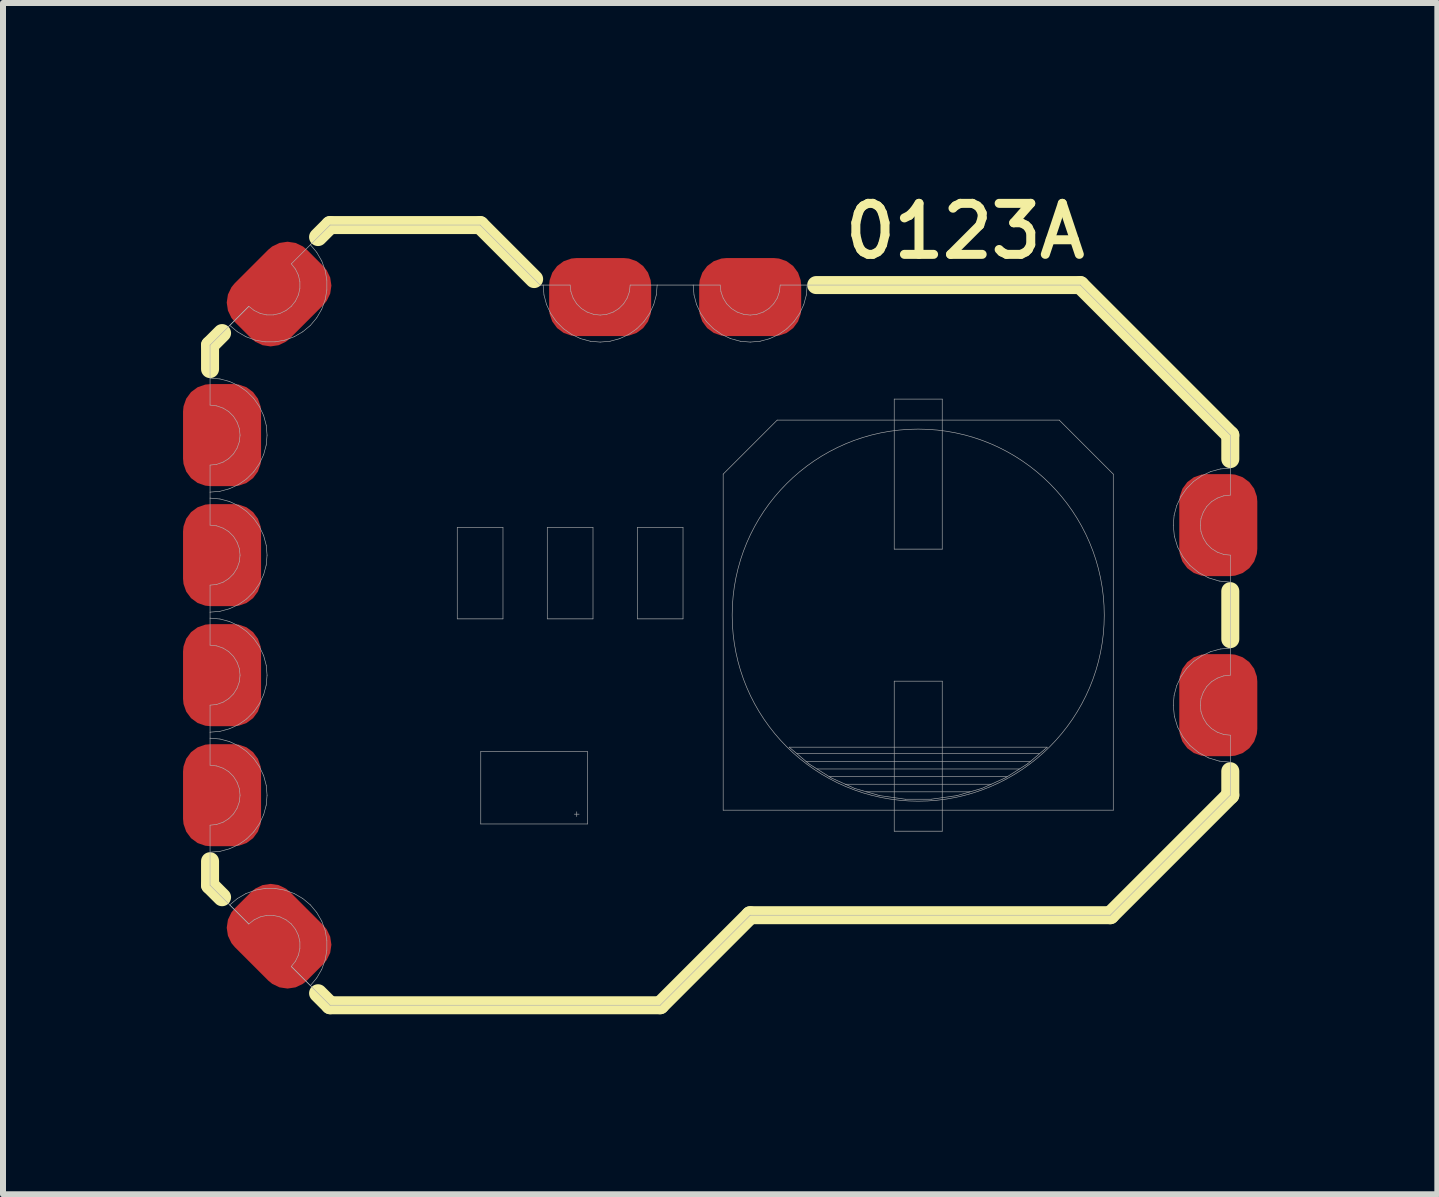
<source format=kicad_pcb>
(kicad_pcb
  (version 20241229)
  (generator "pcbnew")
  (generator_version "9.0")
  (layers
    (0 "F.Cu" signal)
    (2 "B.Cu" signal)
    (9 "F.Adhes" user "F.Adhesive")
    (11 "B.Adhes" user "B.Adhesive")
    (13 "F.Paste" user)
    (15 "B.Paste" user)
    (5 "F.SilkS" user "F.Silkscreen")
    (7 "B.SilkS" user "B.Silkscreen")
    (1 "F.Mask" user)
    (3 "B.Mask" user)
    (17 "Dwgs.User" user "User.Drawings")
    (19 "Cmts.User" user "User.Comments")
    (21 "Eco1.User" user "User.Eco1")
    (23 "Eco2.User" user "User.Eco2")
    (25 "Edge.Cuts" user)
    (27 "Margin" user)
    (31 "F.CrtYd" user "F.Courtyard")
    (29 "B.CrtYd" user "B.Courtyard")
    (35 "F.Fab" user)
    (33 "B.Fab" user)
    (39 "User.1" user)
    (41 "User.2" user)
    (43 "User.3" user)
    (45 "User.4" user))
  (footprint "0123A"
    (layer "F.Cu")
    (at 8.95 7.2)
    (property "Reference" "0123A" (at 2 -5.9 0) (layer "F.SilkS") (effects (font (size 0.85 0.85) (thickness 0.15)) (justify left bottom)))
    (fp_line (start -8.5 -4.5) (end -8.3 -4.7) (stroke (width 0.3) (type solid)) (layer "F.SilkS"))
    (fp_line (start -8.5 -4.1) (end -8.5 -4.5) (stroke (width 0.3) (type solid)) (layer "F.SilkS"))
    (fp_line (start -8.5 4.5) (end -8.5 4.1) (stroke (width 0.3) (type solid)) (layer "F.SilkS"))
    (fp_line (start -8.3 4.7) (end -8.5 4.5) (stroke (width 0.3) (type solid)) (layer "F.SilkS"))
    (fp_line (start -6.7 -6.3) (end -6.5 -6.5) (stroke (width 0.3) (type solid)) (layer "F.SilkS"))
    (fp_line (start -6.5 -6.5) (end -4 -6.5) (stroke (width 0.3) (type solid)) (layer "F.SilkS"))
    (fp_line (start -6.5 6.5) (end -6.7 6.3) (stroke (width 0.3) (type solid)) (layer "F.SilkS"))
    (fp_line (start -4 -6.5) (end -3.1 -5.6) (stroke (width 0.3) (type solid)) (layer "F.SilkS"))
    (fp_line (start -1 6.5) (end -6.5 6.5) (stroke (width 0.3) (type solid)) (layer "F.SilkS"))
    (fp_line (start 0.5 5) (end -1 6.5) (stroke (width 0.3) (type solid)) (layer "F.SilkS"))
    (fp_line (start 1.6 -5.5) (end 6 -5.5) (stroke (width 0.3) (type solid)) (layer "F.SilkS"))
    (fp_line (start 6 -5.5) (end 8.5 -3) (stroke (width 0.3) (type solid)) (layer "F.SilkS"))
    (fp_line (start 6.5 5) (end 0.5 5) (stroke (width 0.3) (type solid)) (layer "F.SilkS"))
    (fp_line (start 8.5 -3) (end 8.5 -2.6) (stroke (width 0.3) (type solid)) (layer "F.SilkS"))
    (fp_line (start 8.5 -0.4) (end 8.5 0.4) (stroke (width 0.3) (type solid)) (layer "F.SilkS"))
    (fp_line (start 8.5 2.6) (end 8.5 3) (stroke (width 0.3) (type solid)) (layer "F.SilkS"))
    (fp_line (start 8.5 3) (end 6.5 5) (stroke (width 0.3) (type solid)) (layer "F.SilkS"))
    (fp_line (start -8.5 -4.5) (end -7.854 -5.146) (stroke (width 0.01) (type solid)) (layer "F.Fab"))
    (fp_line (start -8.5 -3.95) (end -8.5 -4.5) (stroke (width 0.01) (type solid)) (layer "F.Fab"))
    (fp_line (start -8.5 -3.95) (end -8.335 -3.936) (stroke (width 0.01) (type solid)) (layer "F.Fab"))
    (fp_line (start -8.5 -3.5) (end -8.5 -3.95) (stroke (width 0.01) (type solid)) (layer "F.Fab"))
    (fp_line (start -8.5 -2.5) (end -8.389 -2.513) (stroke (width 0.01) (type solid)) (layer "F.Fab"))
    (fp_line (start -8.5 -2.05) (end -8.5 -2.5) (stroke (width 0.01) (type solid)) (layer "F.Fab"))
    (fp_line (start -8.5 -1.95) (end -8.5 -2.05) (stroke (width 0.01) (type solid)) (layer "F.Fab"))
    (fp_line (start -8.5 -1.95) (end -8.335 -1.936) (stroke (width 0.01) (type solid)) (layer "F.Fab"))
    (fp_line (start -8.5 -1.5) (end -8.5 -1.95) (stroke (width 0.01) (type solid)) (layer "F.Fab"))
    (fp_line (start -8.5 -0.5) (end -8.389 -0.512) (stroke (width 0.01) (type solid)) (layer "F.Fab"))
    (fp_line (start -8.5 -0.05) (end -8.5 -0.5) (stroke (width 0.01) (type solid)) (layer "F.Fab"))
    (fp_line (start -8.5 0.05) (end -8.5 -0.05) (stroke (width 0.01) (type solid)) (layer "F.Fab"))
    (fp_line (start -8.5 0.05) (end -8.335 0.064) (stroke (width 0.01) (type solid)) (layer "F.Fab"))
    (fp_line (start -8.5 0.5) (end -8.5 0.05) (stroke (width 0.01) (type solid)) (layer "F.Fab"))
    (fp_line (start -8.5 1.5) (end -8.389 1.488) (stroke (width 0.01) (type solid)) (layer "F.Fab"))
    (fp_line (start -8.5 1.95) (end -8.5 1.5) (stroke (width 0.01) (type solid)) (layer "F.Fab"))
    (fp_line (start -8.5 2.05) (end -8.5 1.95) (stroke (width 0.01) (type solid)) (layer "F.Fab"))
    (fp_line (start -8.5 2.05) (end -8.335 2.064) (stroke (width 0.01) (type solid)) (layer "F.Fab"))
    (fp_line (start -8.5 2.5) (end -8.5 2.05) (stroke (width 0.01) (type solid)) (layer "F.Fab"))
    (fp_line (start -8.5 3.5) (end -8.389 3.487) (stroke (width 0.01) (type solid)) (layer "F.Fab"))
    (fp_line (start -8.5 3.95) (end -8.5 3.5) (stroke (width 0.01) (type solid)) (layer "F.Fab"))
    (fp_line (start -8.5 3.95) (end -8.5 4.5) (stroke (width 0.01) (type solid)) (layer "F.Fab"))
    (fp_line (start -8.389 -3.487) (end -8.5 -3.5) (stroke (width 0.01) (type solid)) (layer "F.Fab"))
    (fp_line (start -8.389 -2.513) (end -8.283 -2.55) (stroke (width 0.01) (type solid)) (layer "F.Fab"))
    (fp_line (start -8.389 -1.488) (end -8.5 -1.5) (stroke (width 0.01) (type solid)) (layer "F.Fab"))
    (fp_line (start -8.389 -0.512) (end -8.283 -0.549) (stroke (width 0.01) (type solid)) (layer "F.Fab"))
    (fp_line (start -8.389 0.512) (end -8.5 0.5) (stroke (width 0.01) (type solid)) (layer "F.Fab"))
    (fp_line (start -8.389 1.488) (end -8.283 1.45) (stroke (width 0.01) (type solid)) (layer "F.Fab"))
    (fp_line (start -8.389 2.513) (end -8.5 2.5) (stroke (width 0.01) (type solid)) (layer "F.Fab"))
    (fp_line (start -8.389 3.487) (end -8.283 3.45) (stroke (width 0.01) (type solid)) (layer "F.Fab"))
    (fp_line (start -8.335 -3.936) (end -8.175 -3.893) (stroke (width 0.01) (type solid)) (layer "F.Fab"))
    (fp_line (start -8.335 -2.064) (end -8.5 -2.05) (stroke (width 0.01) (type solid)) (layer "F.Fab"))
    (fp_line (start -8.335 -1.936) (end -8.175 -1.893) (stroke (width 0.01) (type solid)) (layer "F.Fab"))
    (fp_line (start -8.335 -0.064) (end -8.5 -0.05) (stroke (width 0.01) (type solid)) (layer "F.Fab"))
    (fp_line (start -8.335 0.064) (end -8.175 0.107) (stroke (width 0.01) (type solid)) (layer "F.Fab"))
    (fp_line (start -8.335 1.936) (end -8.5 1.95) (stroke (width 0.01) (type solid)) (layer "F.Fab"))
    (fp_line (start -8.335 2.064) (end -8.175 2.107) (stroke (width 0.01) (type solid)) (layer "F.Fab"))
    (fp_line (start -8.335 3.936) (end -8.5 3.95) (stroke (width 0.01) (type solid)) (layer "F.Fab"))
    (fp_line (start -8.283 -3.45) (end -8.389 -3.487) (stroke (width 0.01) (type solid)) (layer "F.Fab"))
    (fp_line (start -8.283 -2.55) (end -8.188 -2.609) (stroke (width 0.01) (type solid)) (layer "F.Fab"))
    (fp_line (start -8.283 -1.45) (end -8.389 -1.488) (stroke (width 0.01) (type solid)) (layer "F.Fab"))
    (fp_line (start -8.283 -0.549) (end -8.188 -0.609) (stroke (width 0.01) (type solid)) (layer "F.Fab"))
    (fp_line (start -8.283 0.549) (end -8.389 0.512) (stroke (width 0.01) (type solid)) (layer "F.Fab"))
    (fp_line (start -8.283 1.45) (end -8.188 1.391) (stroke (width 0.01) (type solid)) (layer "F.Fab"))
    (fp_line (start -8.283 2.55) (end -8.389 2.513) (stroke (width 0.01) (type solid)) (layer "F.Fab"))
    (fp_line (start -8.283 3.45) (end -8.188 3.391) (stroke (width 0.01) (type solid)) (layer "F.Fab"))
    (fp_line (start -8.188 -3.391) (end -8.283 -3.45) (stroke (width 0.01) (type solid)) (layer "F.Fab"))
    (fp_line (start -8.188 -2.609) (end -8.109 -2.688) (stroke (width 0.01) (type solid)) (layer "F.Fab"))
    (fp_line (start -8.188 -1.391) (end -8.283 -1.45) (stroke (width 0.01) (type solid)) (layer "F.Fab"))
    (fp_line (start -8.188 -0.609) (end -8.109 -0.688) (stroke (width 0.01) (type solid)) (layer "F.Fab"))
    (fp_line (start -8.188 0.609) (end -8.283 0.549) (stroke (width 0.01) (type solid)) (layer "F.Fab"))
    (fp_line (start -8.188 1.391) (end -8.109 1.312) (stroke (width 0.01) (type solid)) (layer "F.Fab"))
    (fp_line (start -8.188 2.609) (end -8.283 2.55) (stroke (width 0.01) (type solid)) (layer "F.Fab"))
    (fp_line (start -8.188 3.391) (end -8.109 3.312) (stroke (width 0.01) (type solid)) (layer "F.Fab"))
    (fp_line (start -8.175 -3.893) (end -8.025 -3.823) (stroke (width 0.01) (type solid)) (layer "F.Fab"))
    (fp_line (start -8.175 -2.107) (end -8.335 -2.064) (stroke (width 0.01) (type solid)) (layer "F.Fab"))
    (fp_line (start -8.175 -1.893) (end -8.025 -1.823) (stroke (width 0.01) (type solid)) (layer "F.Fab"))
    (fp_line (start -8.175 -0.107) (end -8.335 -0.064) (stroke (width 0.01) (type solid)) (layer "F.Fab"))
    (fp_line (start -8.175 0.107) (end -8.025 0.177) (stroke (width 0.01) (type solid)) (layer "F.Fab"))
    (fp_line (start -8.175 1.893) (end -8.335 1.936) (stroke (width 0.01) (type solid)) (layer "F.Fab"))
    (fp_line (start -8.175 2.107) (end -8.025 2.177) (stroke (width 0.01) (type solid)) (layer "F.Fab"))
    (fp_line (start -8.175 3.893) (end -8.335 3.936) (stroke (width 0.01) (type solid)) (layer "F.Fab"))
    (fp_line (start -8.172 -4.828) (end -7.854 -5.146) (stroke (width 0.01) (type solid)) (layer "F.Fab"))
    (fp_line (start -8.172 4.828) (end -8.045 4.722) (stroke (width 0.01) (type solid)) (layer "F.Fab"))
    (fp_line (start -8.109 -3.312) (end -8.188 -3.391) (stroke (width 0.01) (type solid)) (layer "F.Fab"))
    (fp_line (start -8.109 -2.688) (end -8.05 -2.783) (stroke (width 0.01) (type solid)) (layer "F.Fab"))
    (fp_line (start -8.109 -1.312) (end -8.188 -1.391) (stroke (width 0.01) (type solid)) (layer "F.Fab"))
    (fp_line (start -8.109 -0.688) (end -8.05 -0.783) (stroke (width 0.01) (type solid)) (layer "F.Fab"))
    (fp_line (start -8.109 0.688) (end -8.188 0.609) (stroke (width 0.01) (type solid)) (layer "F.Fab"))
    (fp_line (start -8.109 1.312) (end -8.05 1.217) (stroke (width 0.01) (type solid)) (layer "F.Fab"))
    (fp_line (start -8.109 2.688) (end -8.188 2.609) (stroke (width 0.01) (type solid)) (layer "F.Fab"))
    (fp_line (start -8.109 3.312) (end -8.05 3.217) (stroke (width 0.01) (type solid)) (layer "F.Fab"))
    (fp_line (start -8.05 -3.217) (end -8.109 -3.312) (stroke (width 0.01) (type solid)) (layer "F.Fab"))
    (fp_line (start -8.05 -2.783) (end -8.012 -2.889) (stroke (width 0.01) (type solid)) (layer "F.Fab"))
    (fp_line (start -8.05 -1.217) (end -8.109 -1.312) (stroke (width 0.01) (type solid)) (layer "F.Fab"))
    (fp_line (start -8.05 -0.783) (end -8.012 -0.889) (stroke (width 0.01) (type solid)) (layer "F.Fab"))
    (fp_line (start -8.05 0.783) (end -8.109 0.688) (stroke (width 0.01) (type solid)) (layer "F.Fab"))
    (fp_line (start -8.05 1.217) (end -8.012 1.111) (stroke (width 0.01) (type solid)) (layer "F.Fab"))
    (fp_line (start -8.05 2.783) (end -8.109 2.688) (stroke (width 0.01) (type solid)) (layer "F.Fab"))
    (fp_line (start -8.05 3.217) (end -8.012 3.111) (stroke (width 0.01) (type solid)) (layer "F.Fab"))
    (fp_line (start -8.045 -4.722) (end -8.172 -4.828) (stroke (width 0.01) (type solid)) (layer "F.Fab"))
    (fp_line (start -8.045 4.722) (end -7.902 4.639) (stroke (width 0.01) (type solid)) (layer "F.Fab"))
    (fp_line (start -8.025 -3.823) (end -7.889 -3.728) (stroke (width 0.01) (type solid)) (layer "F.Fab"))
    (fp_line (start -8.025 -2.177) (end -8.175 -2.107) (stroke (width 0.01) (type solid)) (layer "F.Fab"))
    (fp_line (start -8.025 -1.823) (end -7.889 -1.728) (stroke (width 0.01) (type solid)) (layer "F.Fab"))
    (fp_line (start -8.025 -0.177) (end -8.175 -0.107) (stroke (width 0.01) (type solid)) (layer "F.Fab"))
    (fp_line (start -8.025 0.177) (end -7.889 0.272) (stroke (width 0.01) (type solid)) (layer "F.Fab"))
    (fp_line (start -8.025 1.823) (end -8.175 1.893) (stroke (width 0.01) (type solid)) (layer "F.Fab"))
    (fp_line (start -8.025 2.177) (end -7.889 2.272) (stroke (width 0.01) (type solid)) (layer "F.Fab"))
    (fp_line (start -8.025 3.823) (end -8.175 3.893) (stroke (width 0.01) (type solid)) (layer "F.Fab"))
    (fp_line (start -8.012 -3.111) (end -8.05 -3.217) (stroke (width 0.01) (type solid)) (layer "F.Fab"))
    (fp_line (start -8.012 -2.889) (end -8 -3) (stroke (width 0.01) (type solid)) (layer "F.Fab"))
    (fp_line (start -8.012 -1.111) (end -8.05 -1.217) (stroke (width 0.01) (type solid)) (layer "F.Fab"))
    (fp_line (start -8.012 -0.889) (end -8 -1) (stroke (width 0.01) (type solid)) (layer "F.Fab"))
    (fp_line (start -8.012 0.889) (end -8.05 0.783) (stroke (width 0.01) (type solid)) (layer "F.Fab"))
    (fp_line (start -8.012 1.111) (end -8 1) (stroke (width 0.01) (type solid)) (layer "F.Fab"))
    (fp_line (start -8.012 2.889) (end -8.05 2.783) (stroke (width 0.01) (type solid)) (layer "F.Fab"))
    (fp_line (start -8.012 3.111) (end -8 3) (stroke (width 0.01) (type solid)) (layer "F.Fab"))
    (fp_line (start -8 -3) (end -8.012 -3.111) (stroke (width 0.01) (type solid)) (layer "F.Fab"))
    (fp_line (start -8 -1) (end -8.012 -1.111) (stroke (width 0.01) (type solid)) (layer "F.Fab"))
    (fp_line (start -8 1) (end -8.012 0.889) (stroke (width 0.01) (type solid)) (layer "F.Fab"))
    (fp_line (start -8 3) (end -8.012 2.889) (stroke (width 0.01) (type solid)) (layer "F.Fab"))
    (fp_line (start -7.902 -4.639) (end -8.045 -4.722) (stroke (width 0.01) (type solid)) (layer "F.Fab"))
    (fp_line (start -7.902 4.639) (end -7.746 4.582) (stroke (width 0.01) (type solid)) (layer "F.Fab"))
    (fp_line (start -7.889 -3.728) (end -7.772 -3.611) (stroke (width 0.01) (type solid)) (layer "F.Fab"))
    (fp_line (start -7.889 -2.272) (end -8.025 -2.177) (stroke (width 0.01) (type solid)) (layer "F.Fab"))
    (fp_line (start -7.889 -1.728) (end -7.772 -1.611) (stroke (width 0.01) (type solid)) (layer "F.Fab"))
    (fp_line (start -7.889 -0.272) (end -8.025 -0.177) (stroke (width 0.01) (type solid)) (layer "F.Fab"))
    (fp_line (start -7.889 0.272) (end -7.772 0.389) (stroke (width 0.01) (type solid)) (layer "F.Fab"))
    (fp_line (start -7.889 1.728) (end -8.025 1.823) (stroke (width 0.01) (type solid)) (layer "F.Fab"))
    (fp_line (start -7.889 2.272) (end -7.772 2.389) (stroke (width 0.01) (type solid)) (layer "F.Fab"))
    (fp_line (start -7.889 3.728) (end -8.025 3.823) (stroke (width 0.01) (type solid)) (layer "F.Fab"))
    (fp_line (start -7.854 -5.146) (end -7.766 -5.077) (stroke (width 0.01) (type solid)) (layer "F.Fab"))
    (fp_line (start -7.854 5.146) (end -8.5 4.5) (stroke (width 0.01) (type solid)) (layer "F.Fab"))
    (fp_line (start -7.854 5.146) (end -8.172 4.828) (stroke (width 0.01) (type solid)) (layer "F.Fab"))
    (fp_line (start -7.772 -3.611) (end -7.677 -3.475) (stroke (width 0.01) (type solid)) (layer "F.Fab"))
    (fp_line (start -7.772 -2.389) (end -7.889 -2.272) (stroke (width 0.01) (type solid)) (layer "F.Fab"))
    (fp_line (start -7.772 -1.611) (end -7.677 -1.475) (stroke (width 0.01) (type solid)) (layer "F.Fab"))
    (fp_line (start -7.772 -0.389) (end -7.889 -0.272) (stroke (width 0.01) (type solid)) (layer "F.Fab"))
    (fp_line (start -7.772 0.389) (end -7.677 0.525) (stroke (width 0.01) (type solid)) (layer "F.Fab"))
    (fp_line (start -7.772 1.611) (end -7.889 1.728) (stroke (width 0.01) (type solid)) (layer "F.Fab"))
    (fp_line (start -7.772 2.389) (end -7.677 2.525) (stroke (width 0.01) (type solid)) (layer "F.Fab"))
    (fp_line (start -7.772 3.611) (end -7.889 3.728) (stroke (width 0.01) (type solid)) (layer "F.Fab"))
    (fp_line (start -7.766 -5.077) (end -7.665 -5.028) (stroke (width 0.01) (type solid)) (layer "F.Fab"))
    (fp_line (start -7.766 5.077) (end -7.854 5.146) (stroke (width 0.01) (type solid)) (layer "F.Fab"))
    (fp_line (start -7.746 -4.582) (end -7.902 -4.639) (stroke (width 0.01) (type solid)) (layer "F.Fab"))
    (fp_line (start -7.746 4.582) (end -7.583 4.554) (stroke (width 0.01) (type solid)) (layer "F.Fab"))
    (fp_line (start -7.677 -3.475) (end -7.607 -3.325) (stroke (width 0.01) (type solid)) (layer "F.Fab"))
    (fp_line (start -7.677 -2.525) (end -7.772 -2.389) (stroke (width 0.01) (type solid)) (layer "F.Fab"))
    (fp_line (start -7.677 -1.475) (end -7.607 -1.325) (stroke (width 0.01) (type solid)) (layer "F.Fab"))
    (fp_line (start -7.677 -0.525) (end -7.772 -0.389) (stroke (width 0.01) (type solid)) (layer "F.Fab"))
    (fp_line (start -7.677 0.525) (end -7.607 0.675) (stroke (width 0.01) (type solid)) (layer "F.Fab"))
    (fp_line (start -7.677 1.475) (end -7.772 1.611) (stroke (width 0.01) (type solid)) (layer "F.Fab"))
    (fp_line (start -7.677 2.525) (end -7.607 2.675) (stroke (width 0.01) (type solid)) (layer "F.Fab"))
    (fp_line (start -7.677 3.475) (end -7.772 3.611) (stroke (width 0.01) (type solid)) (layer "F.Fab"))
    (fp_line (start -7.665 -5.028) (end -7.556 -5.003) (stroke (width 0.01) (type solid)) (layer "F.Fab"))
    (fp_line (start -7.665 5.028) (end -7.766 5.077) (stroke (width 0.01) (type solid)) (layer "F.Fab"))
    (fp_line (start -7.607 -3.325) (end -7.564 -3.165) (stroke (width 0.01) (type solid)) (layer "F.Fab"))
    (fp_line (start -7.607 -2.675) (end -7.677 -2.525) (stroke (width 0.01) (type solid)) (layer "F.Fab"))
    (fp_line (start -7.607 -1.325) (end -7.564 -1.165) (stroke (width 0.01) (type solid)) (layer "F.Fab"))
    (fp_line (start -7.607 -0.675) (end -7.677 -0.525) (stroke (width 0.01) (type solid)) (layer "F.Fab"))
    (fp_line (start -7.607 0.675) (end -7.564 0.835) (stroke (width 0.01) (type solid)) (layer "F.Fab"))
    (fp_line (start -7.607 1.325) (end -7.677 1.475) (stroke (width 0.01) (type solid)) (layer "F.Fab"))
    (fp_line (start -7.607 2.675) (end -7.564 2.835) (stroke (width 0.01) (type solid)) (layer "F.Fab"))
    (fp_line (start -7.607 3.325) (end -7.677 3.475) (stroke (width 0.01) (type solid)) (layer "F.Fab"))
    (fp_line (start -7.583 -4.554) (end -7.746 -4.582) (stroke (width 0.01) (type solid)) (layer "F.Fab"))
    (fp_line (start -7.583 4.554) (end -7.417 4.554) (stroke (width 0.01) (type solid)) (layer "F.Fab"))
    (fp_line (start -7.564 -3.165) (end -7.55 -3) (stroke (width 0.01) (type solid)) (layer "F.Fab"))
    (fp_line (start -7.564 -2.835) (end -7.607 -2.675) (stroke (width 0.01) (type solid)) (layer "F.Fab"))
    (fp_line (start -7.564 -1.165) (end -7.55 -1) (stroke (width 0.01) (type solid)) (layer "F.Fab"))
    (fp_line (start -7.564 -0.835) (end -7.607 -0.675) (stroke (width 0.01) (type solid)) (layer "F.Fab"))
    (fp_line (start -7.564 0.835) (end -7.55 1) (stroke (width 0.01) (type solid)) (layer "F.Fab"))
    (fp_line (start -7.564 1.165) (end -7.607 1.325) (stroke (width 0.01) (type solid)) (layer "F.Fab"))
    (fp_line (start -7.564 2.835) (end -7.55 3) (stroke (width 0.01) (type solid)) (layer "F.Fab"))
    (fp_line (start -7.564 3.165) (end -7.607 3.325) (stroke (width 0.01) (type solid)) (layer "F.Fab"))
    (fp_line (start -7.556 -5.003) (end -7.444 -5.003) (stroke (width 0.01) (type solid)) (layer "F.Fab"))
    (fp_line (start -7.556 5.003) (end -7.665 5.028) (stroke (width 0.01) (type solid)) (layer "F.Fab"))
    (fp_line (start -7.55 -3) (end -7.564 -2.835) (stroke (width 0.01) (type solid)) (layer "F.Fab"))
    (fp_line (start -7.55 -1) (end -7.564 -0.835) (stroke (width 0.01) (type solid)) (layer "F.Fab"))
    (fp_line (start -7.55 1) (end -7.564 1.165) (stroke (width 0.01) (type solid)) (layer "F.Fab"))
    (fp_line (start -7.55 3) (end -7.564 3.165) (stroke (width 0.01) (type solid)) (layer "F.Fab"))
    (fp_line (start -7.444 -5.003) (end -7.335 -5.028) (stroke (width 0.01) (type solid)) (layer "F.Fab"))
    (fp_line (start -7.444 5.003) (end -7.556 5.003) (stroke (width 0.01) (type solid)) (layer "F.Fab"))
    (fp_line (start -7.417 -4.554) (end -7.583 -4.554) (stroke (width 0.01) (type solid)) (layer "F.Fab"))
    (fp_line (start -7.417 4.554) (end -7.254 4.582) (stroke (width 0.01) (type solid)) (layer "F.Fab"))
    (fp_line (start -7.335 -5.028) (end -7.234 -5.077) (stroke (width 0.01) (type solid)) (layer "F.Fab"))
    (fp_line (start -7.335 5.028) (end -7.444 5.003) (stroke (width 0.01) (type solid)) (layer "F.Fab"))
    (fp_line (start -7.254 -4.582) (end -7.417 -4.554) (stroke (width 0.01) (type solid)) (layer "F.Fab"))
    (fp_line (start -7.254 4.582) (end -7.098 4.639) (stroke (width 0.01) (type solid)) (layer "F.Fab"))
    (fp_line (start -7.234 -5.077) (end -7.146 -5.146) (stroke (width 0.01) (type solid)) (layer "F.Fab"))
    (fp_line (start -7.234 5.077) (end -7.335 5.028) (stroke (width 0.01) (type solid)) (layer "F.Fab"))
    (fp_line (start -7.146 -5.854) (end -6.828 -6.172) (stroke (width 0.01) (type solid)) (layer "F.Fab"))
    (fp_line (start -7.146 -5.146) (end -7.077 -5.234) (stroke (width 0.01) (type solid)) (layer "F.Fab"))
    (fp_line (start -7.146 5.146) (end -7.234 5.077) (stroke (width 0.01) (type solid)) (layer "F.Fab"))
    (fp_line (start -7.146 5.854) (end -7.077 5.766) (stroke (width 0.01) (type solid)) (layer "F.Fab"))
    (fp_line (start -7.098 -4.639) (end -7.254 -4.582) (stroke (width 0.01) (type solid)) (layer "F.Fab"))
    (fp_line (start -7.098 4.639) (end -6.955 4.722) (stroke (width 0.01) (type solid)) (layer "F.Fab"))
    (fp_line (start -7.077 -5.766) (end -7.146 -5.854) (stroke (width 0.01) (type solid)) (layer "F.Fab"))
    (fp_line (start -7.077 -5.234) (end -7.028 -5.335) (stroke (width 0.01) (type solid)) (layer "F.Fab"))
    (fp_line (start -7.077 5.234) (end -7.146 5.146) (stroke (width 0.01) (type solid)) (layer "F.Fab"))
    (fp_line (start -7.077 5.766) (end -7.028 5.665) (stroke (width 0.01) (type solid)) (layer "F.Fab"))
    (fp_line (start -7.028 -5.665) (end -7.077 -5.766) (stroke (width 0.01) (type solid)) (layer "F.Fab"))
    (fp_line (start -7.028 -5.335) (end -7.003 -5.444) (stroke (width 0.01) (type solid)) (layer "F.Fab"))
    (fp_line (start -7.028 5.335) (end -7.077 5.234) (stroke (width 0.01) (type solid)) (layer "F.Fab"))
    (fp_line (start -7.028 5.665) (end -7.003 5.556) (stroke (width 0.01) (type solid)) (layer "F.Fab"))
    (fp_line (start -7.003 -5.556) (end -7.028 -5.665) (stroke (width 0.01) (type solid)) (layer "F.Fab"))
    (fp_line (start -7.003 -5.444) (end -7.003 -5.556) (stroke (width 0.01) (type solid)) (layer "F.Fab"))
    (fp_line (start -7.003 5.444) (end -7.028 5.335) (stroke (width 0.01) (type solid)) (layer "F.Fab"))
    (fp_line (start -7.003 5.556) (end -7.003 5.444) (stroke (width 0.01) (type solid)) (layer "F.Fab"))
    (fp_line (start -6.955 -4.722) (end -7.098 -4.639) (stroke (width 0.01) (type solid)) (layer "F.Fab"))
    (fp_line (start -6.955 4.722) (end -6.828 4.828) (stroke (width 0.01) (type solid)) (layer "F.Fab"))
    (fp_line (start -6.828 -6.172) (end -6.722 -6.045) (stroke (width 0.01) (type solid)) (layer "F.Fab"))
    (fp_line (start -6.828 -6.172) (end -6.5 -6.5) (stroke (width 0.01) (type solid)) (layer "F.Fab"))
    (fp_line (start -6.828 -4.828) (end -6.955 -4.722) (stroke (width 0.01) (type solid)) (layer "F.Fab"))
    (fp_line (start -6.828 4.828) (end -6.722 4.955) (stroke (width 0.01) (type solid)) (layer "F.Fab"))
    (fp_line (start -6.828 6.172) (end -7.146 5.854) (stroke (width 0.01) (type solid)) (layer "F.Fab"))
    (fp_line (start -6.722 -6.045) (end -6.639 -5.902) (stroke (width 0.01) (type solid)) (layer "F.Fab"))
    (fp_line (start -6.722 -4.955) (end -6.828 -4.828) (stroke (width 0.01) (type solid)) (layer "F.Fab"))
    (fp_line (start -6.722 4.955) (end -6.639 5.098) (stroke (width 0.01) (type solid)) (layer "F.Fab"))
    (fp_line (start -6.722 6.045) (end -6.828 6.172) (stroke (width 0.01) (type solid)) (layer "F.Fab"))
    (fp_line (start -6.639 -5.902) (end -6.582 -5.746) (stroke (width 0.01) (type solid)) (layer "F.Fab"))
    (fp_line (start -6.639 -5.098) (end -6.722 -4.955) (stroke (width 0.01) (type solid)) (layer "F.Fab"))
    (fp_line (start -6.639 5.098) (end -6.582 5.254) (stroke (width 0.01) (type solid)) (layer "F.Fab"))
    (fp_line (start -6.639 5.902) (end -6.722 6.045) (stroke (width 0.01) (type solid)) (layer "F.Fab"))
    (fp_line (start -6.582 -5.746) (end -6.554 -5.583) (stroke (width 0.01) (type solid)) (layer "F.Fab"))
    (fp_line (start -6.582 -5.254) (end -6.639 -5.098) (stroke (width 0.01) (type solid)) (layer "F.Fab"))
    (fp_line (start -6.582 5.254) (end -6.554 5.417) (stroke (width 0.01) (type solid)) (layer "F.Fab"))
    (fp_line (start -6.582 5.746) (end -6.639 5.902) (stroke (width 0.01) (type solid)) (layer "F.Fab"))
    (fp_line (start -6.554 -5.583) (end -6.554 -5.417) (stroke (width 0.01) (type solid)) (layer "F.Fab"))
    (fp_line (start -6.554 -5.417) (end -6.582 -5.254) (stroke (width 0.01) (type solid)) (layer "F.Fab"))
    (fp_line (start -6.554 5.417) (end -6.554 5.583) (stroke (width 0.01) (type solid)) (layer "F.Fab"))
    (fp_line (start -6.554 5.583) (end -6.582 5.746) (stroke (width 0.01) (type solid)) (layer "F.Fab"))
    (fp_line (start -6.5 6.5) (end -7.146 5.854) (stroke (width 0.01) (type solid)) (layer "F.Fab"))
    (fp_line (start -6.5 6.5) (end -1 6.5) (stroke (width 0.01) (type solid)) (layer "F.Fab"))
    (fp_line (start -4.381 -1.462) (end -3.619 -1.462) (stroke (width 0.01) (type solid)) (layer "F.Fab"))
    (fp_line (start -4.381 0.062) (end -4.381 -1.462) (stroke (width 0.01) (type solid)) (layer "F.Fab"))
    (fp_line (start -4 -6.5) (end -6.5 -6.5) (stroke (width 0.01) (type solid)) (layer "F.Fab"))
    (fp_line (start -3.989 2.272) (end -2.211 2.272) (stroke (width 0.01) (type solid)) (layer "F.Fab"))
    (fp_line (start -3.989 3.48) (end -3.989 2.272) (stroke (width 0.01) (type solid)) (layer "F.Fab"))
    (fp_line (start -3.619 -1.462) (end -3.619 0.062) (stroke (width 0.01) (type solid)) (layer "F.Fab"))
    (fp_line (start -3.619 0.062) (end -4.381 0.062) (stroke (width 0.01) (type solid)) (layer "F.Fab"))
    (fp_line (start -3 -5.5) (end -4 -6.5) (stroke (width 0.01) (type solid)) (layer "F.Fab"))
    (fp_line (start -2.95 -5.5) (end -3 -5.5) (stroke (width 0.01) (type solid)) (layer "F.Fab"))
    (fp_line (start -2.95 -5.5) (end -2.5 -5.5) (stroke (width 0.01) (type solid)) (layer "F.Fab"))
    (fp_line (start -2.936 -5.335) (end -2.95 -5.5) (stroke (width 0.01) (type solid)) (layer "F.Fab"))
    (fp_line (start -2.893 -5.175) (end -2.936 -5.335) (stroke (width 0.01) (type solid)) (layer "F.Fab"))
    (fp_line (start -2.881 -1.462) (end -2.119 -1.462) (stroke (width 0.01) (type solid)) (layer "F.Fab"))
    (fp_line (start -2.881 0.062) (end -2.881 -1.462) (stroke (width 0.01) (type solid)) (layer "F.Fab"))
    (fp_line (start -2.823 -5.025) (end -2.893 -5.175) (stroke (width 0.01) (type solid)) (layer "F.Fab"))
    (fp_line (start -2.728 -4.889) (end -2.823 -5.025) (stroke (width 0.01) (type solid)) (layer "F.Fab"))
    (fp_line (start -2.611 -4.772) (end -2.728 -4.889) (stroke (width 0.01) (type solid)) (layer "F.Fab"))
    (fp_line (start -2.5 -5.5) (end -2.487 -5.389) (stroke (width 0.01) (type solid)) (layer "F.Fab"))
    (fp_line (start -2.487 -5.389) (end -2.45 -5.283) (stroke (width 0.01) (type solid)) (layer "F.Fab"))
    (fp_line (start -2.475 -4.677) (end -2.611 -4.772) (stroke (width 0.01) (type solid)) (layer "F.Fab"))
    (fp_line (start -2.45 -5.283) (end -2.391 -5.188) (stroke (width 0.01) (type solid)) (layer "F.Fab"))
    (fp_line (start -2.391 -5.188) (end -2.312 -5.109) (stroke (width 0.01) (type solid)) (layer "F.Fab"))
    (fp_line (start -2.39 3.356) (end -2.39 3.276) (stroke (width 0.01) (type solid)) (layer "F.Fab"))
    (fp_line (start -2.35 3.316) (end -2.43 3.316) (stroke (width 0.01) (type solid)) (layer "F.Fab"))
    (fp_line (start -2.325 -4.607) (end -2.475 -4.677) (stroke (width 0.01) (type solid)) (layer "F.Fab"))
    (fp_line (start -2.312 -5.109) (end -2.217 -5.05) (stroke (width 0.01) (type solid)) (layer "F.Fab"))
    (fp_line (start -2.217 -5.05) (end -2.111 -5.013) (stroke (width 0.01) (type solid)) (layer "F.Fab"))
    (fp_line (start -2.211 2.272) (end -2.211 3.48) (stroke (width 0.01) (type solid)) (layer "F.Fab"))
    (fp_line (start -2.211 3.48) (end -3.989 3.48) (stroke (width 0.01) (type solid)) (layer "F.Fab"))
    (fp_line (start -2.165 -4.564) (end -2.325 -4.607) (stroke (width 0.01) (type solid)) (layer "F.Fab"))
    (fp_line (start -2.119 -1.462) (end -2.119 0.062) (stroke (width 0.01) (type solid)) (layer "F.Fab"))
    (fp_line (start -2.119 0.062) (end -2.881 0.062) (stroke (width 0.01) (type solid)) (layer "F.Fab"))
    (fp_line (start -2.111 -5.013) (end -2 -5) (stroke (width 0.01) (type solid)) (layer "F.Fab"))
    (fp_line (start -2 -5) (end -1.889 -5.013) (stroke (width 0.01) (type solid)) (layer "F.Fab"))
    (fp_line (start -2 -4.55) (end -2.165 -4.564) (stroke (width 0.01) (type solid)) (layer "F.Fab"))
    (fp_line (start -1.889 -5.013) (end -1.783 -5.05) (stroke (width 0.01) (type solid)) (layer "F.Fab"))
    (fp_line (start -1.835 -4.564) (end -2 -4.55) (stroke (width 0.01) (type solid)) (layer "F.Fab"))
    (fp_line (start -1.783 -5.05) (end -1.688 -5.109) (stroke (width 0.01) (type solid)) (layer "F.Fab"))
    (fp_line (start -1.688 -5.109) (end -1.609 -5.188) (stroke (width 0.01) (type solid)) (layer "F.Fab"))
    (fp_line (start -1.675 -4.607) (end -1.835 -4.564) (stroke (width 0.01) (type solid)) (layer "F.Fab"))
    (fp_line (start -1.609 -5.188) (end -1.55 -5.283) (stroke (width 0.01) (type solid)) (layer "F.Fab"))
    (fp_line (start -1.55 -5.283) (end -1.512 -5.389) (stroke (width 0.01) (type solid)) (layer "F.Fab"))
    (fp_line (start -1.525 -4.677) (end -1.675 -4.607) (stroke (width 0.01) (type solid)) (layer "F.Fab"))
    (fp_line (start -1.512 -5.389) (end -1.5 -5.5) (stroke (width 0.01) (type solid)) (layer "F.Fab"))
    (fp_line (start -1.5 -5.5) (end -1.05 -5.5) (stroke (width 0.01) (type solid)) (layer "F.Fab"))
    (fp_line (start -1.389 -4.772) (end -1.525 -4.677) (stroke (width 0.01) (type solid)) (layer "F.Fab"))
    (fp_line (start -1.381 -1.462) (end -0.619 -1.462) (stroke (width 0.01) (type solid)) (layer "F.Fab"))
    (fp_line (start -1.381 0.062) (end -1.381 -1.462) (stroke (width 0.01) (type solid)) (layer "F.Fab"))
    (fp_line (start -1.272 -4.889) (end -1.389 -4.772) (stroke (width 0.01) (type solid)) (layer "F.Fab"))
    (fp_line (start -1.177 -5.025) (end -1.272 -4.889) (stroke (width 0.01) (type solid)) (layer "F.Fab"))
    (fp_line (start -1.107 -5.175) (end -1.177 -5.025) (stroke (width 0.01) (type solid)) (layer "F.Fab"))
    (fp_line (start -1.064 -5.335) (end -1.107 -5.175) (stroke (width 0.01) (type solid)) (layer "F.Fab"))
    (fp_line (start -1.05 -5.5) (end -1.064 -5.335) (stroke (width 0.01) (type solid)) (layer "F.Fab"))
    (fp_line (start -1.05 -5.5) (end -0.45 -5.5) (stroke (width 0.01) (type solid)) (layer "F.Fab"))
    (fp_line (start -1 6.5) (end 0.5 5) (stroke (width 0.01) (type solid)) (layer "F.Fab"))
    (fp_line (start -0.619 -1.462) (end -0.619 0.062) (stroke (width 0.01) (type solid)) (layer "F.Fab"))
    (fp_line (start -0.619 0.062) (end -1.381 0.062) (stroke (width 0.01) (type solid)) (layer "F.Fab"))
    (fp_line (start -0.45 -5.5) (end 0 -5.5) (stroke (width 0.01) (type solid)) (layer "F.Fab"))
    (fp_line (start -0.436 -5.335) (end -0.45 -5.5) (stroke (width 0.01) (type solid)) (layer "F.Fab"))
    (fp_line (start -0.393 -5.175) (end -0.436 -5.335) (stroke (width 0.01) (type solid)) (layer "F.Fab"))
    (fp_line (start -0.323 -5.025) (end -0.393 -5.175) (stroke (width 0.01) (type solid)) (layer "F.Fab"))
    (fp_line (start -0.228 -4.889) (end -0.323 -5.025) (stroke (width 0.01) (type solid)) (layer "F.Fab"))
    (fp_line (start -0.111 -4.772) (end -0.228 -4.889) (stroke (width 0.01) (type solid)) (layer "F.Fab"))
    (fp_line (start 0 -5.5) (end 0.013 -5.389) (stroke (width 0.01) (type solid)) (layer "F.Fab"))
    (fp_line (start 0.013 -5.389) (end 0.05 -5.283) (stroke (width 0.01) (type solid)) (layer "F.Fab"))
    (fp_line (start 0.025 -4.677) (end -0.111 -4.772) (stroke (width 0.01) (type solid)) (layer "F.Fab"))
    (fp_line (start 0.05 -5.283) (end 0.109 -5.188) (stroke (width 0.01) (type solid)) (layer "F.Fab"))
    (fp_line (start 0.05 -2.35) (end 0.95 -3.25) (stroke (width 0.01) (type solid)) (layer "F.Fab"))
    (fp_line (start 0.05 3.25) (end 0.05 -2.35) (stroke (width 0.01) (type solid)) (layer "F.Fab"))
    (fp_line (start 0.109 -5.188) (end 0.188 -5.109) (stroke (width 0.01) (type solid)) (layer "F.Fab"))
    (fp_line (start 0.175 -4.607) (end 0.025 -4.677) (stroke (width 0.01) (type solid)) (layer "F.Fab"))
    (fp_line (start 0.188 -5.109) (end 0.283 -5.05) (stroke (width 0.01) (type solid)) (layer "F.Fab"))
    (fp_line (start 0.283 -5.05) (end 0.389 -5.013) (stroke (width 0.01) (type solid)) (layer "F.Fab"))
    (fp_line (start 0.335 -4.564) (end 0.175 -4.607) (stroke (width 0.01) (type solid)) (layer "F.Fab"))
    (fp_line (start 0.389 -5.013) (end 0.5 -5) (stroke (width 0.01) (type solid)) (layer "F.Fab"))
    (fp_line (start 0.5 -5) (end 0.611 -5.013) (stroke (width 0.01) (type solid)) (layer "F.Fab"))
    (fp_line (start 0.5 -4.55) (end 0.335 -4.564) (stroke (width 0.01) (type solid)) (layer "F.Fab"))
    (fp_line (start 0.5 5) (end 6.5 5) (stroke (width 0.01) (type solid)) (layer "F.Fab"))
    (fp_line (start 0.611 -5.013) (end 0.717 -5.05) (stroke (width 0.01) (type solid)) (layer "F.Fab"))
    (fp_line (start 0.665 -4.564) (end 0.5 -4.55) (stroke (width 0.01) (type solid)) (layer "F.Fab"))
    (fp_line (start 0.717 -5.05) (end 0.812 -5.109) (stroke (width 0.01) (type solid)) (layer "F.Fab"))
    (fp_line (start 0.812 -5.109) (end 0.891 -5.188) (stroke (width 0.01) (type solid)) (layer "F.Fab"))
    (fp_line (start 0.825 -4.607) (end 0.665 -4.564) (stroke (width 0.01) (type solid)) (layer "F.Fab"))
    (fp_line (start 0.891 -5.188) (end 0.951 -5.283) (stroke (width 0.01) (type solid)) (layer "F.Fab"))
    (fp_line (start 0.95 -3.25) (end 5.65 -3.25) (stroke (width 0.01) (type solid)) (layer "F.Fab"))
    (fp_line (start 0.951 -5.283) (end 0.988 -5.389) (stroke (width 0.01) (type solid)) (layer "F.Fab"))
    (fp_line (start 0.975 -4.677) (end 0.825 -4.607) (stroke (width 0.01) (type solid)) (layer "F.Fab"))
    (fp_line (start 0.988 -5.389) (end 1 -5.5) (stroke (width 0.01) (type solid)) (layer "F.Fab"))
    (fp_line (start 1 -5.5) (end 1.45 -5.5) (stroke (width 0.01) (type solid)) (layer "F.Fab"))
    (fp_line (start 1.111 -4.772) (end 0.975 -4.677) (stroke (width 0.01) (type solid)) (layer "F.Fab"))
    (fp_line (start 1.15 2.2) (end 1.48 2.479) (stroke (width 0.01) (type solid)) (layer "F.Fab"))
    (fp_line (start 1.228 -4.889) (end 1.111 -4.772) (stroke (width 0.01) (type solid)) (layer "F.Fab"))
    (fp_line (start 1.279 2.309) (end 5.321 2.309) (stroke (width 0.01) (type solid)) (layer "F.Fab"))
    (fp_line (start 1.323 -5.025) (end 1.228 -4.889) (stroke (width 0.01) (type solid)) (layer "F.Fab"))
    (fp_line (start 1.393 -5.175) (end 1.323 -5.025) (stroke (width 0.01) (type solid)) (layer "F.Fab"))
    (fp_line (start 1.429 2.436) (end 5.171 2.436) (stroke (width 0.01) (type solid)) (layer "F.Fab"))
    (fp_line (start 1.436 -5.335) (end 1.393 -5.175) (stroke (width 0.01) (type solid)) (layer "F.Fab"))
    (fp_line (start 1.45 -5.5) (end 1.436 -5.335) (stroke (width 0.01) (type solid)) (layer "F.Fab"))
    (fp_line (start 1.48 2.479) (end 1.846 2.71) (stroke (width 0.01) (type solid)) (layer "F.Fab"))
    (fp_line (start 1.613 2.563) (end 4.987 2.563) (stroke (width 0.01) (type solid)) (layer "F.Fab"))
    (fp_line (start 1.814 2.69) (end 4.786 2.69) (stroke (width 0.01) (type solid)) (layer "F.Fab"))
    (fp_line (start 1.846 2.71) (end 2.24 2.887) (stroke (width 0.01) (type solid)) (layer "F.Fab"))
    (fp_line (start 2.084 2.817) (end 4.516 2.817) (stroke (width 0.01) (type solid)) (layer "F.Fab"))
    (fp_line (start 2.24 2.887) (end 2.656 3.007) (stroke (width 0.01) (type solid)) (layer "F.Fab"))
    (fp_line (start 2.438 2.944) (end 4.162 2.944) (stroke (width 0.01) (type solid)) (layer "F.Fab"))
    (fp_line (start 2.656 3.007) (end 3.084 3.067) (stroke (width 0.01) (type solid)) (layer "F.Fab"))
    (fp_line (start 2.9 -3.6) (end 3.7 -3.6) (stroke (width 0.01) (type solid)) (layer "F.Fab"))
    (fp_line (start 2.9 -1.1) (end 2.9 -3.6) (stroke (width 0.01) (type solid)) (layer "F.Fab"))
    (fp_line (start 2.9 -1.1) (end 3.7 -1.1) (stroke (width 0.01) (type solid)) (layer "F.Fab"))
    (fp_line (start 2.9 3.6) (end 2.9 1.1) (stroke (width 0.01) (type solid)) (layer "F.Fab"))
    (fp_line (start 3.084 3.067) (end 3.516 3.067) (stroke (width 0.01) (type solid)) (layer "F.Fab"))
    (fp_line (start 3.516 3.067) (end 3.944 3.007) (stroke (width 0.01) (type solid)) (layer "F.Fab"))
    (fp_line (start 3.7 -3.6) (end 3.7 -1.1) (stroke (width 0.01) (type solid)) (layer "F.Fab"))
    (fp_line (start 3.7 1.1) (end 2.9 1.1) (stroke (width 0.01) (type solid)) (layer "F.Fab"))
    (fp_line (start 3.7 1.1) (end 3.7 3.6) (stroke (width 0.01) (type solid)) (layer "F.Fab"))
    (fp_line (start 3.7 3.6) (end 2.9 3.6) (stroke (width 0.01) (type solid)) (layer "F.Fab"))
    (fp_line (start 3.944 3.007) (end 4.36 2.887) (stroke (width 0.01) (type solid)) (layer "F.Fab"))
    (fp_line (start 4.36 2.887) (end 4.754 2.71) (stroke (width 0.01) (type solid)) (layer "F.Fab"))
    (fp_line (start 4.754 2.71) (end 5.12 2.479) (stroke (width 0.01) (type solid)) (layer "F.Fab"))
    (fp_line (start 5.12 2.479) (end 5.45 2.2) (stroke (width 0.01) (type solid)) (layer "F.Fab"))
    (fp_line (start 5.45 2.2) (end 1.15 2.2) (stroke (width 0.01) (type solid)) (layer "F.Fab"))
    (fp_line (start 5.65 -3.25) (end 6.55 -2.35) (stroke (width 0.01) (type solid)) (layer "F.Fab"))
    (fp_line (start 6 -5.5) (end 1.45 -5.5) (stroke (width 0.01) (type solid)) (layer "F.Fab"))
    (fp_line (start 6.5 5) (end 8.5 3) (stroke (width 0.01) (type solid)) (layer "F.Fab"))
    (fp_line (start 6.55 -2.35) (end 6.55 3.25) (stroke (width 0.01) (type solid)) (layer "F.Fab"))
    (fp_line (start 6.55 3.25) (end 0.05 3.25) (stroke (width 0.01) (type solid)) (layer "F.Fab"))
    (fp_line (start 7.55 -1.5) (end 7.564 -1.665) (stroke (width 0.01) (type solid)) (layer "F.Fab"))
    (fp_line (start 7.55 1.5) (end 7.564 1.335) (stroke (width 0.01) (type solid)) (layer "F.Fab"))
    (fp_line (start 7.564 -1.665) (end 7.607 -1.825) (stroke (width 0.01) (type solid)) (layer "F.Fab"))
    (fp_line (start 7.564 1.335) (end 7.607 1.175) (stroke (width 0.01) (type solid)) (layer "F.Fab"))
    (fp_line (start 7.568 -1.315) (end 7.55 -1.5) (stroke (width 0.01) (type solid)) (layer "F.Fab"))
    (fp_line (start 7.568 1.685) (end 7.55 1.5) (stroke (width 0.01) (type solid)) (layer "F.Fab"))
    (fp_line (start 7.607 -1.825) (end 7.677 -1.975) (stroke (width 0.01) (type solid)) (layer "F.Fab"))
    (fp_line (start 7.607 1.175) (end 7.677 1.025) (stroke (width 0.01) (type solid)) (layer "F.Fab"))
    (fp_line (start 7.622 -1.136) (end 7.568 -1.315) (stroke (width 0.01) (type solid)) (layer "F.Fab"))
    (fp_line (start 7.622 1.864) (end 7.568 1.685) (stroke (width 0.01) (type solid)) (layer "F.Fab"))
    (fp_line (start 7.677 -1.975) (end 7.772 -2.111) (stroke (width 0.01) (type solid)) (layer "F.Fab"))
    (fp_line (start 7.677 1.025) (end 7.772 0.889) (stroke (width 0.01) (type solid)) (layer "F.Fab"))
    (fp_line (start 7.71 -0.972) (end 7.622 -1.136) (stroke (width 0.01) (type solid)) (layer "F.Fab"))
    (fp_line (start 7.71 2.028) (end 7.622 1.864) (stroke (width 0.01) (type solid)) (layer "F.Fab"))
    (fp_line (start 7.772 -2.111) (end 7.889 -2.228) (stroke (width 0.01) (type solid)) (layer "F.Fab"))
    (fp_line (start 7.772 0.889) (end 7.889 0.772) (stroke (width 0.01) (type solid)) (layer "F.Fab"))
    (fp_line (start 7.828 -0.828) (end 7.71 -0.972) (stroke (width 0.01) (type solid)) (layer "F.Fab"))
    (fp_line (start 7.828 2.172) (end 7.71 2.028) (stroke (width 0.01) (type solid)) (layer "F.Fab"))
    (fp_line (start 7.889 -2.228) (end 8.025 -2.323) (stroke (width 0.01) (type solid)) (layer "F.Fab"))
    (fp_line (start 7.889 0.772) (end 8.025 0.677) (stroke (width 0.01) (type solid)) (layer "F.Fab"))
    (fp_line (start 7.972 -0.71) (end 7.828 -0.828) (stroke (width 0.01) (type solid)) (layer "F.Fab"))
    (fp_line (start 7.972 2.29) (end 7.828 2.172) (stroke (width 0.01) (type solid)) (layer "F.Fab"))
    (fp_line (start 8 -1.5) (end 8.012 -1.389) (stroke (width 0.01) (type solid)) (layer "F.Fab"))
    (fp_line (start 8 1.5) (end 8.012 1.611) (stroke (width 0.01) (type solid)) (layer "F.Fab"))
    (fp_line (start 8.012 -1.611) (end 8 -1.5) (stroke (width 0.01) (type solid)) (layer "F.Fab"))
    (fp_line (start 8.012 -1.389) (end 8.05 -1.283) (stroke (width 0.01) (type solid)) (layer "F.Fab"))
    (fp_line (start 8.012 1.389) (end 8 1.5) (stroke (width 0.01) (type solid)) (layer "F.Fab"))
    (fp_line (start 8.012 1.611) (end 8.05 1.717) (stroke (width 0.01) (type solid)) (layer "F.Fab"))
    (fp_line (start 8.025 -2.323) (end 8.175 -2.393) (stroke (width 0.01) (type solid)) (layer "F.Fab"))
    (fp_line (start 8.025 0.677) (end 8.175 0.607) (stroke (width 0.01) (type solid)) (layer "F.Fab"))
    (fp_line (start 8.05 -1.717) (end 8.012 -1.611) (stroke (width 0.01) (type solid)) (layer "F.Fab"))
    (fp_line (start 8.05 -1.283) (end 8.109 -1.188) (stroke (width 0.01) (type solid)) (layer "F.Fab"))
    (fp_line (start 8.05 1.283) (end 8.012 1.389) (stroke (width 0.01) (type solid)) (layer "F.Fab"))
    (fp_line (start 8.05 1.717) (end 8.109 1.812) (stroke (width 0.01) (type solid)) (layer "F.Fab"))
    (fp_line (start 8.109 -1.812) (end 8.05 -1.717) (stroke (width 0.01) (type solid)) (layer "F.Fab"))
    (fp_line (start 8.109 -1.188) (end 8.188 -1.109) (stroke (width 0.01) (type solid)) (layer "F.Fab"))
    (fp_line (start 8.109 1.188) (end 8.05 1.283) (stroke (width 0.01) (type solid)) (layer "F.Fab"))
    (fp_line (start 8.109 1.812) (end 8.188 1.891) (stroke (width 0.01) (type solid)) (layer "F.Fab"))
    (fp_line (start 8.136 -0.622) (end 7.972 -0.71) (stroke (width 0.01) (type solid)) (layer "F.Fab"))
    (fp_line (start 8.136 2.378) (end 7.972 2.29) (stroke (width 0.01) (type solid)) (layer "F.Fab"))
    (fp_line (start 8.175 -2.393) (end 8.335 -2.436) (stroke (width 0.01) (type solid)) (layer "F.Fab"))
    (fp_line (start 8.175 0.607) (end 8.335 0.564) (stroke (width 0.01) (type solid)) (layer "F.Fab"))
    (fp_line (start 8.188 -1.891) (end 8.109 -1.812) (stroke (width 0.01) (type solid)) (layer "F.Fab"))
    (fp_line (start 8.188 -1.109) (end 8.283 -1.05) (stroke (width 0.01) (type solid)) (layer "F.Fab"))
    (fp_line (start 8.188 1.109) (end 8.109 1.188) (stroke (width 0.01) (type solid)) (layer "F.Fab"))
    (fp_line (start 8.188 1.891) (end 8.283 1.95) (stroke (width 0.01) (type solid)) (layer "F.Fab"))
    (fp_line (start 8.283 -1.95) (end 8.188 -1.891) (stroke (width 0.01) (type solid)) (layer "F.Fab"))
    (fp_line (start 8.283 -1.05) (end 8.389 -1.012) (stroke (width 0.01) (type solid)) (layer "F.Fab"))
    (fp_line (start 8.283 1.05) (end 8.188 1.109) (stroke (width 0.01) (type solid)) (layer "F.Fab"))
    (fp_line (start 8.283 1.95) (end 8.389 1.988) (stroke (width 0.01) (type solid)) (layer "F.Fab"))
    (fp_line (start 8.315 -0.568) (end 8.136 -0.622) (stroke (width 0.01) (type solid)) (layer "F.Fab"))
    (fp_line (start 8.315 2.432) (end 8.136 2.378) (stroke (width 0.01) (type solid)) (layer "F.Fab"))
    (fp_line (start 8.335 -2.436) (end 8.5 -2.45) (stroke (width 0.01) (type solid)) (layer "F.Fab"))
    (fp_line (start 8.335 0.564) (end 8.5 0.55) (stroke (width 0.01) (type solid)) (layer "F.Fab"))
    (fp_line (start 8.389 -1.988) (end 8.283 -1.95) (stroke (width 0.01) (type solid)) (layer "F.Fab"))
    (fp_line (start 8.389 -1.012) (end 8.5 -1) (stroke (width 0.01) (type solid)) (layer "F.Fab"))
    (fp_line (start 8.389 1.012) (end 8.283 1.05) (stroke (width 0.01) (type solid)) (layer "F.Fab"))
    (fp_line (start 8.389 1.988) (end 8.5 2) (stroke (width 0.01) (type solid)) (layer "F.Fab"))
    (fp_line (start 8.5 -3) (end 6 -5.5) (stroke (width 0.01) (type solid)) (layer "F.Fab"))
    (fp_line (start 8.5 -3) (end 8.5 -2.45) (stroke (width 0.01) (type solid)) (layer "F.Fab"))
    (fp_line (start 8.5 -2.45) (end 8.5 -2) (stroke (width 0.01) (type solid)) (layer "F.Fab"))
    (fp_line (start 8.5 -2) (end 8.389 -1.988) (stroke (width 0.01) (type solid)) (layer "F.Fab"))
    (fp_line (start 8.5 -1) (end 8.5 -0.55) (stroke (width 0.01) (type solid)) (layer "F.Fab"))
    (fp_line (start 8.5 -0.55) (end 8.315 -0.568) (stroke (width 0.01) (type solid)) (layer "F.Fab"))
    (fp_line (start 8.5 0.55) (end 8.5 -0.55) (stroke (width 0.01) (type solid)) (layer "F.Fab"))
    (fp_line (start 8.5 0.55) (end 8.5 1) (stroke (width 0.01) (type solid)) (layer "F.Fab"))
    (fp_line (start 8.5 1) (end 8.389 1.012) (stroke (width 0.01) (type solid)) (layer "F.Fab"))
    (fp_line (start 8.5 2) (end 8.5 2.45) (stroke (width 0.01) (type solid)) (layer "F.Fab"))
    (fp_line (start 8.5 2.45) (end 8.315 2.432) (stroke (width 0.01) (type solid)) (layer "F.Fab"))
    (fp_line (start 8.5 3) (end 8.5 2.45) (stroke (width 0.01) (type solid)) (layer "F.Fab"))
    (fp_circle (center 3.3 0) (end 6.4 0) (stroke (width 0.01) (type solid)) (fill no) (layer "F.Fab"))
    (pad "12V" smd roundrect (at 0.5 -5.3 90) (size 1.3 1.7) (layers "F.Cu" "F.Mask" "F.Paste") (roundrect_rratio 0.35))
    (pad "DAI0" smd roundrect (at -8.3 -3) (size 1.3 1.7) (layers "F.Cu" "F.Mask" "F.Paste") (roundrect_rratio 0.35))
    (pad "DAI1" smd roundrect (at -8.3 -1) (size 1.3 1.7) (layers "F.Cu" "F.Mask" "F.Paste") (roundrect_rratio 0.35))
    (pad "DAI2" smd roundrect (at -8.3 1) (size 1.3 1.7) (layers "F.Cu" "F.Mask" "F.Paste") (roundrect_rratio 0.35))
    (pad "EN" smd roundrect (at -8.3 3) (size 1.3 1.7) (layers "F.Cu" "F.Mask" "F.Paste") (roundrect_rratio 0.35))
    (pad "GND" smd roundrect (at -7.35 5.35 45) (size 1.3 1.7) (layers "F.Cu" "F.Mask" "F.Paste") (roundrect_rratio 0.35))
    (pad "GND2" smd roundrect (at -2 -5.3 90) (size 1.3 1.7) (layers "F.Cu" "F.Mask" "F.Paste") (roundrect_rratio 0.35))
    (pad "SP+" smd roundrect (at 8.3 -1.5) (size 1.3 1.7) (layers "F.Cu" "F.Mask" "F.Paste") (roundrect_rratio 0.35))
    (pad "SP-" smd roundrect (at 8.3 1.5) (size 1.3 1.7) (layers "F.Cu" "F.Mask" "F.Paste") (roundrect_rratio 0.35))
    (pad "VDD" smd roundrect (at -7.35 -5.35 135) (size 1.3 1.7) (layers "F.Cu" "F.Mask" "F.Paste") (roundrect_rratio 0.35)))
  (gr_rect
    (start -3 -3)
    (end 20.9 16.85)
    (stroke (width 0.1) (type default))
    (fill no)
    (layer "Edge.Cuts")))
</source>
